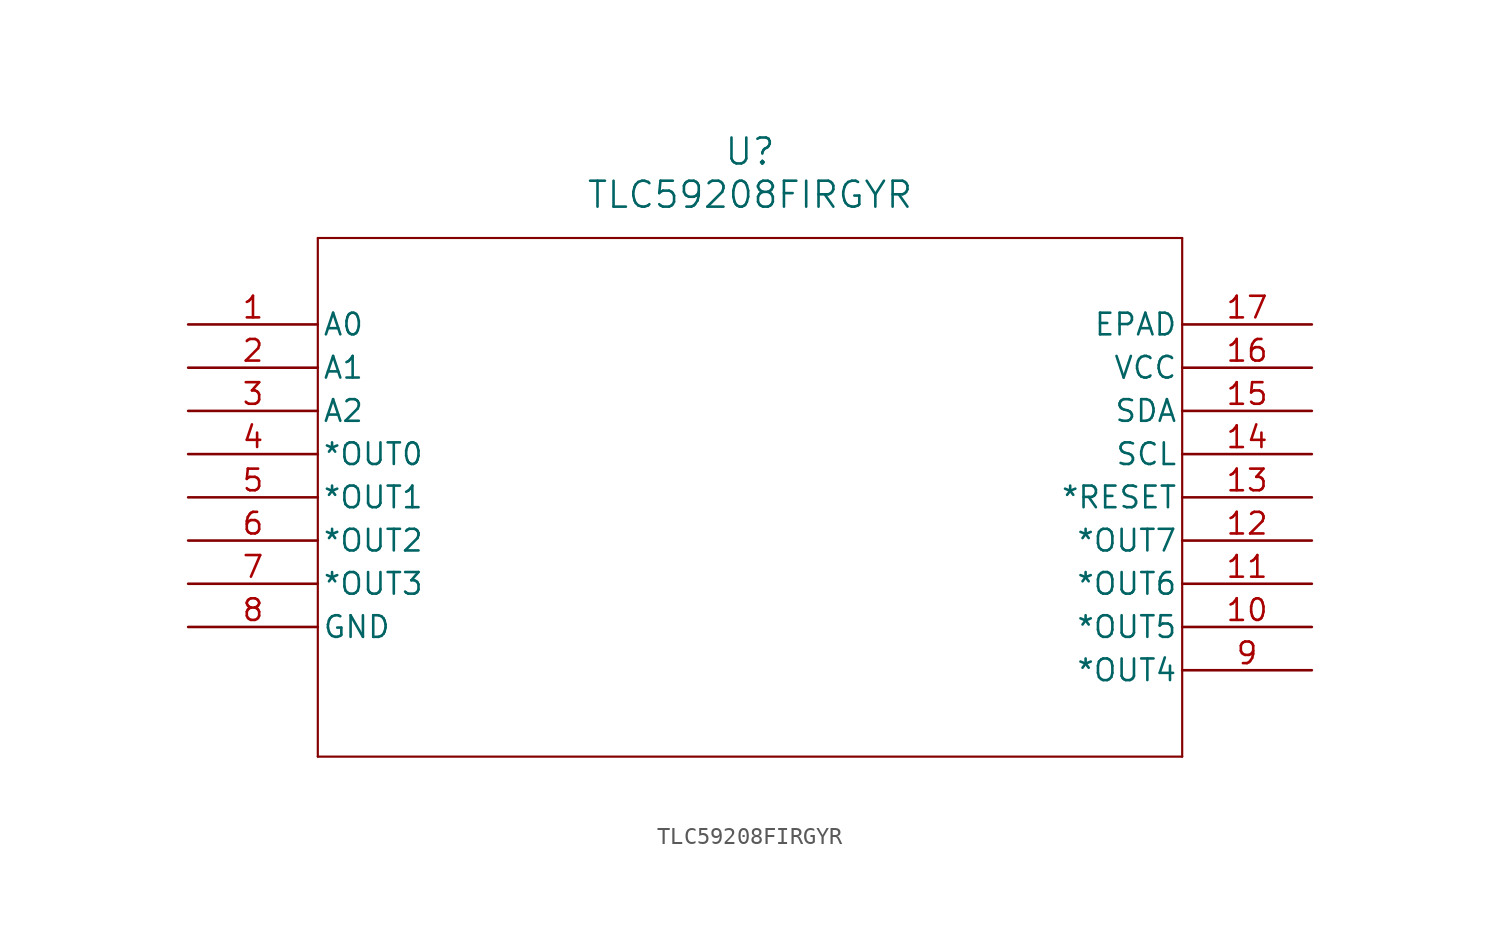
<source format=kicad_sym>
(kicad_symbol_lib
  (version 20241209)
  (generator "kicad_symbol_editor")
  (generator_version "9.0")
  (symbol "TLC59208FIRGYR"
    (pin_names
      (offset 0.254))
    (property "Reference" "U"
      (at 33.02 10.16 0)
      (effects (font (size 1.524 1.524))))
    (property "Value" "TLC59208FIRGYR"
      (at 33.02 7.62 0)
      (effects (font (size 1.524 1.524))))
    (symbol "TLC59208FIRGYR_0_1"
      (polyline (pts (xy 7.62 5.08) (xy 7.62 -25.4)) (stroke (width 0.127) (type default)) (fill (type none)))
      (polyline (pts (xy 7.62 -25.4) (xy 58.42 -25.4)) (stroke (width 0.127) (type default)) (fill (type none)))
      (polyline (pts (xy 58.42 5.08) (xy 7.62 5.08)) (stroke (width 0.127) (type default)) (fill (type none)))
      (polyline (pts (xy 58.42 -25.4) (xy 58.42 5.08)) (stroke (width 0.127) (type default)) (fill (type none)))
      (pin input line (at 0 0 0) (length 7.62) (name "A0" (effects (font (size 1.27 1.27)))) (number "1" (effects (font (size 1.27 1.27)))))
      (pin input line (at 0 -2.54 0) (length 7.62) (name "A1" (effects (font (size 1.27 1.27)))) (number "2" (effects (font (size 1.27 1.27)))))
      (pin input line (at 0 -5.08 0) (length 7.62) (name "A2" (effects (font (size 1.27 1.27)))) (number "3" (effects (font (size 1.27 1.27)))))
      (pin output line (at 0 -7.62 0) (length 7.62) (name "*OUT0" (effects (font (size 1.27 1.27)))) (number "4" (effects (font (size 1.27 1.27)))))
      (pin output line (at 0 -10.16 0) (length 7.62) (name "*OUT1" (effects (font (size 1.27 1.27)))) (number "5" (effects (font (size 1.27 1.27)))))
      (pin output line (at 0 -12.7 0) (length 7.62) (name "*OUT2" (effects (font (size 1.27 1.27)))) (number "6" (effects (font (size 1.27 1.27)))))
      (pin output line (at 0 -15.24 0) (length 7.62) (name "*OUT3" (effects (font (size 1.27 1.27)))) (number "7" (effects (font (size 1.27 1.27)))))
      (pin power_in line (at 0 -17.78 0) (length 7.62) (name "GND" (effects (font (size 1.27 1.27)))) (number "8" (effects (font (size 1.27 1.27)))))
      (pin unspecified line (at 66.04 0 180) (length 7.62) (name "EPAD" (effects (font (size 1.27 1.27)))) (number "17" (effects (font (size 1.27 1.27)))))
      (pin power_in line (at 66.04 -2.54 180) (length 7.62) (name "VCC" (effects (font (size 1.27 1.27)))) (number "16" (effects (font (size 1.27 1.27)))))
      (pin bidirectional line (at 66.04 -5.08 180) (length 7.62) (name "SDA" (effects (font (size 1.27 1.27)))) (number "15" (effects (font (size 1.27 1.27)))))
      (pin input line (at 66.04 -7.62 180) (length 7.62) (name "SCL" (effects (font (size 1.27 1.27)))) (number "14" (effects (font (size 1.27 1.27)))))
      (pin input line (at 66.04 -10.16 180) (length 7.62) (name "*RESET" (effects (font (size 1.27 1.27)))) (number "13" (effects (font (size 1.27 1.27)))))
      (pin output line (at 66.04 -12.7 180) (length 7.62) (name "*OUT7" (effects (font (size 1.27 1.27)))) (number "12" (effects (font (size 1.27 1.27)))))
      (pin output line (at 66.04 -15.24 180) (length 7.62) (name "*OUT6" (effects (font (size 1.27 1.27)))) (number "11" (effects (font (size 1.27 1.27)))))
      (pin output line (at 66.04 -17.78 180) (length 7.62) (name "*OUT5" (effects (font (size 1.27 1.27)))) (number "10" (effects (font (size 1.27 1.27)))))
      (pin output line (at 66.04 -20.32 180) (length 7.62) (name "*OUT4" (effects (font (size 1.27 1.27)))) (number "9" (effects (font (size 1.27 1.27))))))))
</source>
